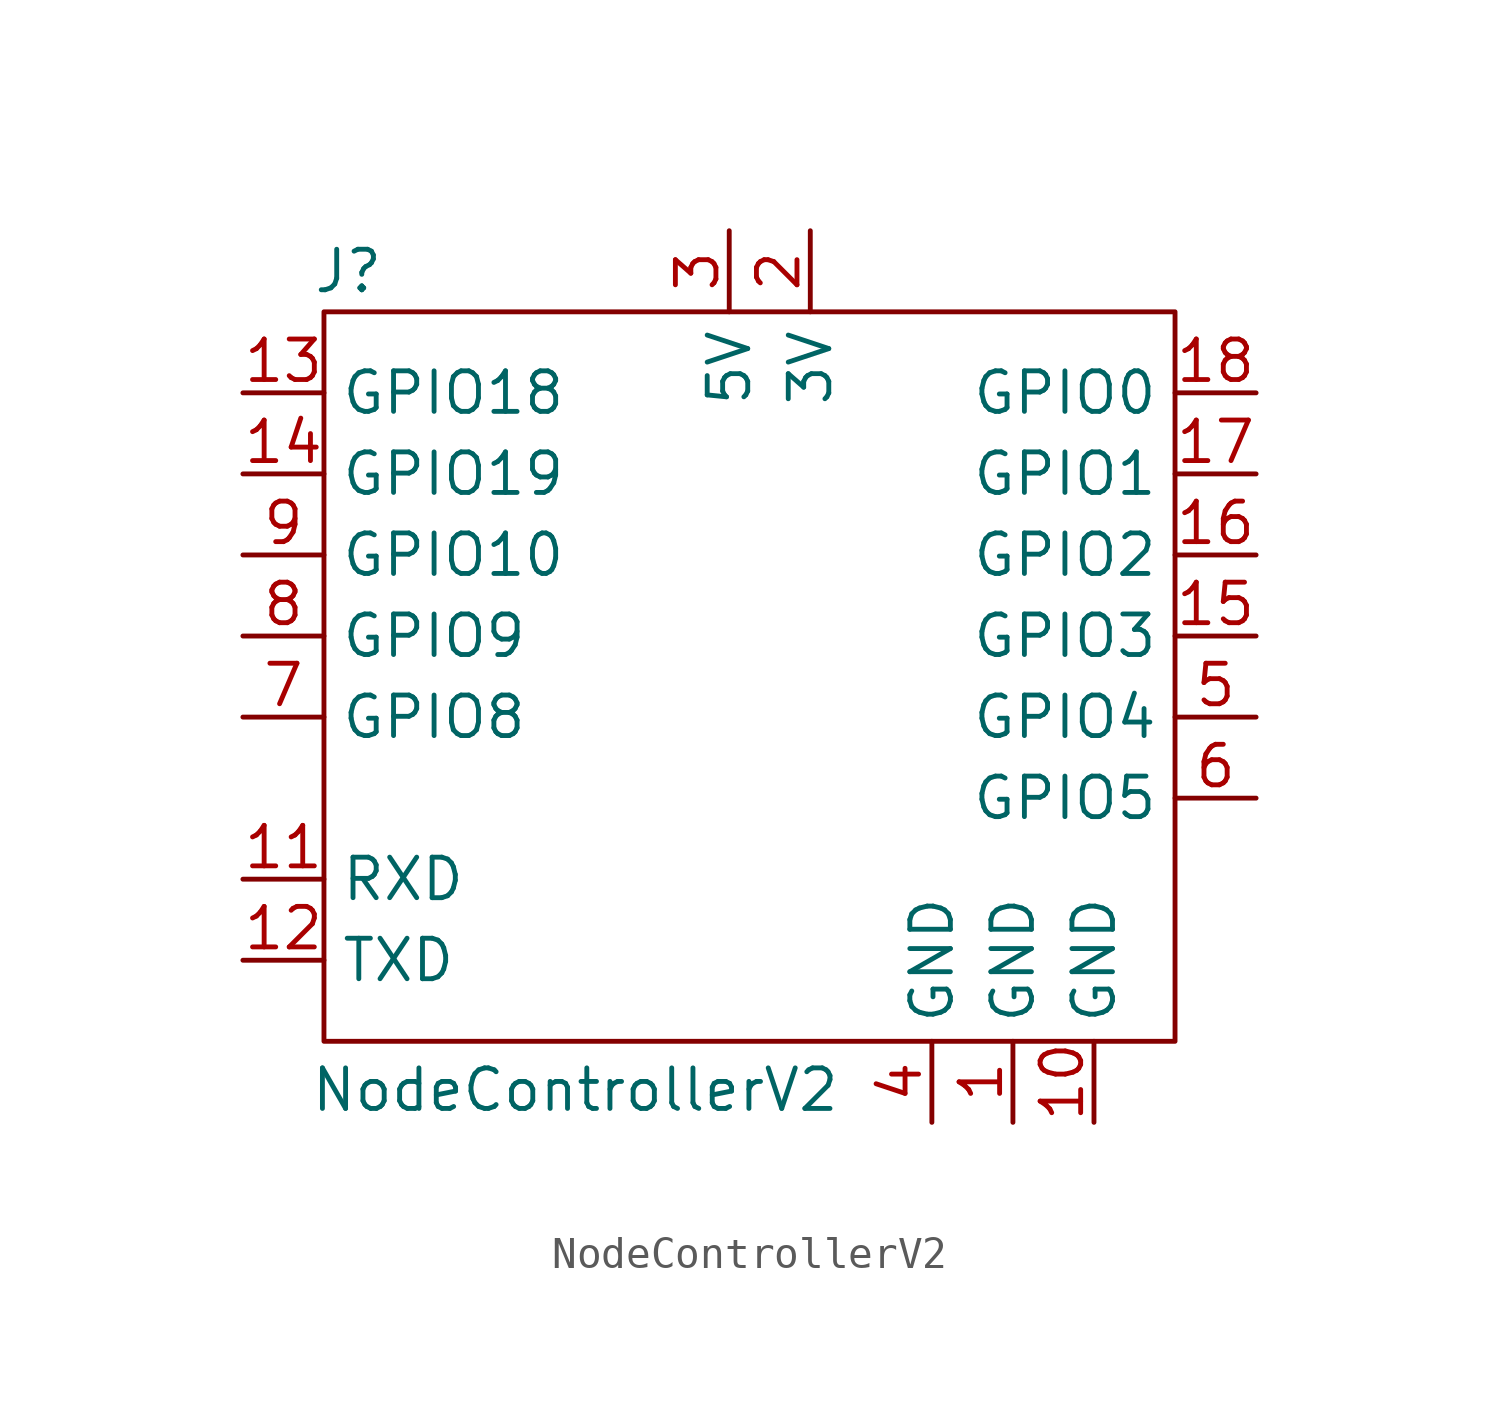
<source format=kicad_sym>
(kicad_symbol_lib
  (version 20241209)
  (generator "kicad_symbol_editor")
  (generator_version "9.0")
  (symbol "NodeControllerV2"
    (property "Reference" "J"
      (at -13.208 12.7 0)
      (effects (font (size 1.27 1.27))))
    (property "Value" "NodeControllerV2"
      (at -6.096 -12.954 0)
      (effects (font (size 1.27 1.27))))
    (symbol "NodeControllerV2_0_1"
      (rectangle (start -13.97 11.43) (end 12.7 -11.43) (stroke (width 0) (type default)) (fill (type none))))
    (symbol "NodeControllerV2_1_1"
      (pin bidirectional line (at -16.51 8.89 0) (length 2.54) (name "GPIO18" (effects (font (size 1.27 1.27)))) (number "13" (effects (font (size 1.27 1.27)))))
      (pin bidirectional line (at -16.51 6.35 0) (length 2.54) (name "GPIO19" (effects (font (size 1.27 1.27)))) (number "14" (effects (font (size 1.27 1.27)))))
      (pin bidirectional line (at -16.51 3.81 0) (length 2.54) (name "GPIO10" (effects (font (size 1.27 1.27)))) (number "9" (effects (font (size 1.27 1.27)))))
      (pin bidirectional line (at -16.51 1.27 0) (length 2.54) (name "GPIO9" (effects (font (size 1.27 1.27)))) (number "8" (effects (font (size 1.27 1.27)))))
      (pin bidirectional line (at -16.51 -1.27 0) (length 2.54) (name "GPIO8" (effects (font (size 1.27 1.27)))) (number "7" (effects (font (size 1.27 1.27)))))
      (pin bidirectional line (at -16.51 -6.35 0) (length 2.54) (name "RXD" (effects (font (size 1.27 1.27)))) (number "11" (effects (font (size 1.27 1.27)))))
      (pin bidirectional line (at -16.51 -8.89 0) (length 2.54) (name "TXD" (effects (font (size 1.27 1.27)))) (number "12" (effects (font (size 1.27 1.27)))))
      (pin power_out line (at -1.27 13.97 270) (length 2.54) (name "5V" (effects (font (size 1.27 1.27)))) (number "3" (effects (font (size 1.27 1.27)))))
      (pin power_out line (at 1.27 13.97 270) (length 2.54) (name "3V" (effects (font (size 1.27 1.27)))) (number "2" (effects (font (size 1.27 1.27)))))
      (pin power_out line (at 5.08 -13.97 90) (length 2.54) (name "GND" (effects (font (size 1.27 1.27)))) (number "4" (effects (font (size 1.27 1.27)))))
      (pin power_out line (at 7.62 -13.97 90) (length 2.54) (name "GND" (effects (font (size 1.27 1.27)))) (number "1" (effects (font (size 1.27 1.27)))))
      (pin power_out line (at 10.16 -13.97 90) (length 2.54) (name "GND" (effects (font (size 1.27 1.27)))) (number "10" (effects (font (size 1.27 1.27)))))
      (pin bidirectional line (at 15.24 8.89 180) (length 2.54) (name "GPIO0" (effects (font (size 1.27 1.27)))) (number "18" (effects (font (size 1.27 1.27)))))
      (pin bidirectional line (at 15.24 6.35 180) (length 2.54) (name "GPIO1" (effects (font (size 1.27 1.27)))) (number "17" (effects (font (size 1.27 1.27)))))
      (pin bidirectional line (at 15.24 3.81 180) (length 2.54) (name "GPIO2" (effects (font (size 1.27 1.27)))) (number "16" (effects (font (size 1.27 1.27)))))
      (pin bidirectional line (at 15.24 1.27 180) (length 2.54) (name "GPIO3" (effects (font (size 1.27 1.27)))) (number "15" (effects (font (size 1.27 1.27)))))
      (pin bidirectional line (at 15.24 -1.27 180) (length 2.54) (name "GPIO4" (effects (font (size 1.27 1.27)))) (number "5" (effects (font (size 1.27 1.27)))))
      (pin bidirectional line (at 15.24 -3.81 180) (length 2.54) (name "GPIO5" (effects (font (size 1.27 1.27)))) (number "6" (effects (font (size 1.27 1.27))))))))
</source>
